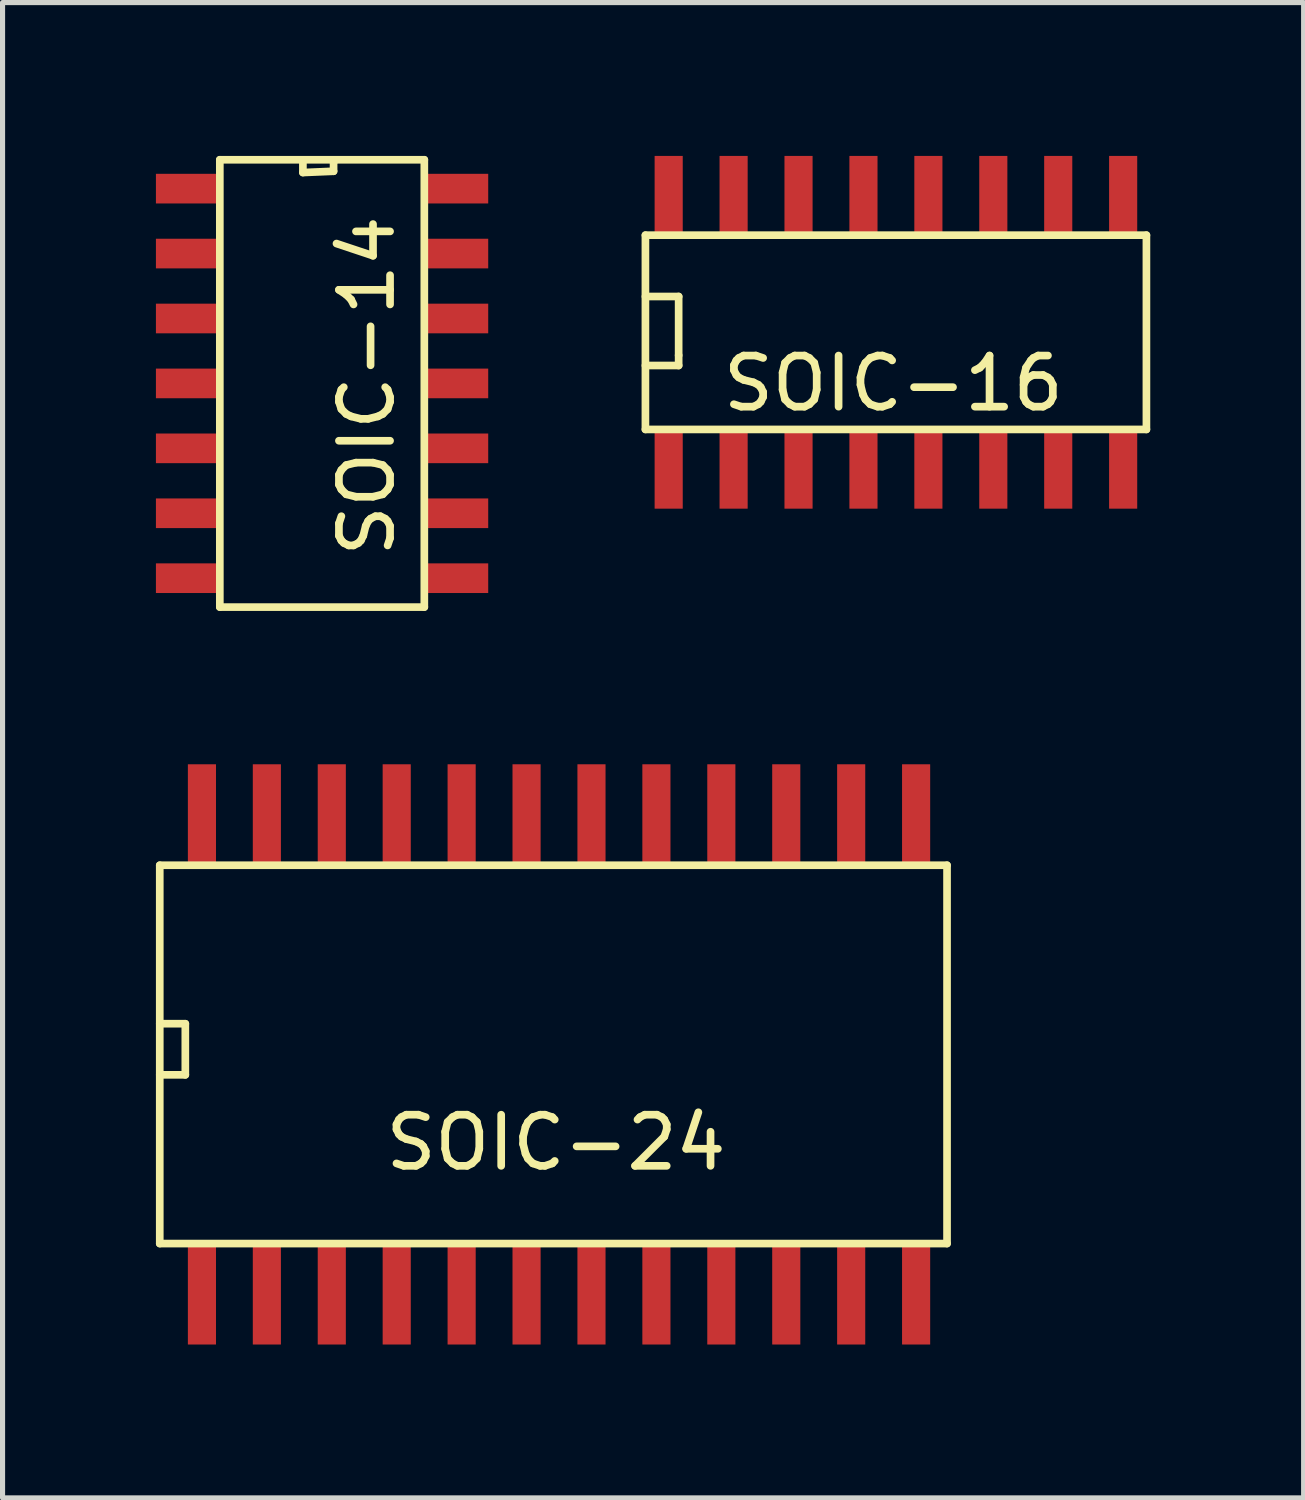
<source format=kicad_pcb>
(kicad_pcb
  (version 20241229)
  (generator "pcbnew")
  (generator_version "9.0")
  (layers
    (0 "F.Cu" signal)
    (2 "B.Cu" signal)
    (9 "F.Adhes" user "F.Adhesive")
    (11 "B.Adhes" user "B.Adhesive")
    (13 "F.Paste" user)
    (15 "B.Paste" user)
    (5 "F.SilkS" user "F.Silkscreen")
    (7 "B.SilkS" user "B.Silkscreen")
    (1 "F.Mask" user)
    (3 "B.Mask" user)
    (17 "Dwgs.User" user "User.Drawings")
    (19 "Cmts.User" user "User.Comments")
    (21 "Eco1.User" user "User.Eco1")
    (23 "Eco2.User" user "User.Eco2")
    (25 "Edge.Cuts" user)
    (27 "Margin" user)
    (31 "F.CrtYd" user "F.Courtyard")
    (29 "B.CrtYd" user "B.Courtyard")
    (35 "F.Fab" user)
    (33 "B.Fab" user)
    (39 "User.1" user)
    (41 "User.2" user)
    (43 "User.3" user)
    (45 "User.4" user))
  (footprint "SOIC-24"
    (layer "F.Cu")
    (at 7.775 17.575)
    (property "Reference" "SOIC-24" (at 0.05 1.725 0) (layer "F.SilkS") (effects (font (size 1 1) (thickness 0.15))))
    (attr through_hole)
    (fp_line (start -7.7 -3.7) (end 7.7 -3.7) (stroke (width 0.15) (type solid)) (layer "F.SilkS"))
    (fp_line (start -7.7 -0.6) (end -7.2 -0.6) (stroke (width 0.15) (type solid)) (layer "F.SilkS"))
    (fp_line (start -7.7 3.7) (end -7.7 -3.7) (stroke (width 0.15) (type solid)) (layer "F.SilkS"))
    (fp_line (start -7.2 -0.6) (end -7.2 0.4) (stroke (width 0.15) (type solid)) (layer "F.SilkS"))
    (fp_line (start -7.2 0.4) (end -7.7 0.4) (stroke (width 0.15) (type solid)) (layer "F.SilkS"))
    (fp_line (start 7.7 -3.7) (end 7.7 3.7) (stroke (width 0.15) (type solid)) (layer "F.SilkS"))
    (fp_line (start 7.7 3.7) (end -7.7 3.7) (stroke (width 0.15) (type solid)) (layer "F.SilkS"))
    (pad "1" smd rect (at -6.875 4.7) (size 0.55 1.95) (layers "F.Cu" "F.Mask" "F.Paste"))
    (pad "2" smd rect (at -5.605 4.7) (size 0.55 1.95) (layers "F.Cu" "F.Mask" "F.Paste"))
    (pad "3" smd rect (at -4.335 4.7) (size 0.55 1.95) (layers "F.Cu" "F.Mask" "F.Paste"))
    (pad "4" smd rect (at -3.065 4.7) (size 0.55 1.95) (layers "F.Cu" "F.Mask" "F.Paste"))
    (pad "5" smd rect (at -1.795 4.7) (size 0.55 1.95) (layers "F.Cu" "F.Mask" "F.Paste"))
    (pad "6" smd rect (at -0.525 4.7) (size 0.55 1.95) (layers "F.Cu" "F.Mask" "F.Paste"))
    (pad "7" smd rect (at 0.745 4.7) (size 0.55 1.95) (layers "F.Cu" "F.Mask" "F.Paste"))
    (pad "8" smd rect (at 2.015 4.7) (size 0.55 1.95) (layers "F.Cu" "F.Mask" "F.Paste"))
    (pad "9" smd rect (at 3.285 4.7) (size 0.55 1.95) (layers "F.Cu" "F.Mask" "F.Paste"))
    (pad "10" smd rect (at 4.555 4.7) (size 0.55 1.95) (layers "F.Cu" "F.Mask" "F.Paste"))
    (pad "11" smd rect (at 5.825 4.7) (size 0.55 1.95) (layers "F.Cu" "F.Mask" "F.Paste"))
    (pad "12" smd rect (at 7.095 4.7) (size 0.55 1.95) (layers "F.Cu" "F.Mask" "F.Paste"))
    (pad "13" smd rect (at 7.095 -4.7) (size 0.55 1.95) (layers "F.Cu" "F.Mask" "F.Paste"))
    (pad "14" smd rect (at 5.825 -4.7) (size 0.55 1.95) (layers "F.Cu" "F.Mask" "F.Paste"))
    (pad "15" smd rect (at 4.555 -4.7) (size 0.55 1.95) (layers "F.Cu" "F.Mask" "F.Paste"))
    (pad "16" smd rect (at 3.285 -4.7) (size 0.55 1.95) (layers "F.Cu" "F.Mask" "F.Paste"))
    (pad "17" smd rect (at 2.015 -4.7) (size 0.55 1.95) (layers "F.Cu" "F.Mask" "F.Paste"))
    (pad "18" smd rect (at 0.745 -4.7) (size 0.55 1.95) (layers "F.Cu" "F.Mask" "F.Paste"))
    (pad "19" smd rect (at -0.525 -4.7) (size 0.55 1.95) (layers "F.Cu" "F.Mask" "F.Paste"))
    (pad "20" smd rect (at -1.795 -4.7) (size 0.55 1.95) (layers "F.Cu" "F.Mask" "F.Paste"))
    (pad "21" smd rect (at -3.065 -4.7) (size 0.55 1.95) (layers "F.Cu" "F.Mask" "F.Paste"))
    (pad "22" smd rect (at -4.335 -4.7) (size 0.55 1.95) (layers "F.Cu" "F.Mask" "F.Paste"))
    (pad "23" smd rect (at -5.605 -4.7) (size 0.55 1.95) (layers "F.Cu" "F.Mask" "F.Paste"))
    (pad "24" smd rect (at -6.875 -4.7) (size 0.55 1.95) (layers "F.Cu" "F.Mask" "F.Paste")))
  (footprint "SOIC-14"
    (layer "F.Cu")
    (at 3.25 4.45)
    (property "Reference" "SOIC-14" (at 0.875 0.05 90) (layer "F.SilkS") (effects (font (size 1 1) (thickness 0.15))))
    (attr through_hole)
    (fp_line (start -2 -4.375) (end 2 -4.375) (stroke (width 0.15) (type solid)) (layer "F.SilkS"))
    (fp_line (start -2 4.375) (end -2 -4.375) (stroke (width 0.15) (type solid)) (layer "F.SilkS"))
    (fp_line (start -0.375 -4.35) (end -0.375 -4.125) (stroke (width 0.15) (type solid)) (layer "F.SilkS"))
    (fp_line (start -0.375 -4.125) (end 0.225 -4.15) (stroke (width 0.15) (type solid)) (layer "F.SilkS"))
    (fp_line (start 0.225 -4.35) (end 0.225 -4.325) (stroke (width 0.15) (type solid)) (layer "F.SilkS"))
    (fp_line (start 0.225 -4.15) (end 0.225 -4.35) (stroke (width 0.15) (type solid)) (layer "F.SilkS"))
    (fp_line (start 2 -4.375) (end 2 4.375) (stroke (width 0.15) (type solid)) (layer "F.SilkS"))
    (fp_line (start 2 4.375) (end -2 4.375) (stroke (width 0.15) (type solid)) (layer "F.SilkS"))
    (pad "1" smd rect (at -2.66 -3.81) (size 1.18 0.58) (layers "F.Cu" "F.Mask" "F.Paste"))
    (pad "2" smd rect (at -2.66 -2.54) (size 1.18 0.58) (layers "F.Cu" "F.Mask" "F.Paste"))
    (pad "3" smd rect (at -2.66 -1.27) (size 1.18 0.58) (layers "F.Cu" "F.Mask" "F.Paste"))
    (pad "4" smd rect (at -2.66 0) (size 1.18 0.58) (layers "F.Cu" "F.Mask" "F.Paste"))
    (pad "5" smd rect (at -2.66 1.27) (size 1.18 0.58) (layers "F.Cu" "F.Mask" "F.Paste"))
    (pad "6" smd rect (at -2.66 2.54) (size 1.18 0.58) (layers "F.Cu" "F.Mask" "F.Paste"))
    (pad "7" smd rect (at -2.66 3.81) (size 1.18 0.58) (layers "F.Cu" "F.Mask" "F.Paste"))
    (pad "8" smd rect (at 2.66 3.81) (size 1.18 0.58) (layers "F.Cu" "F.Mask" "F.Paste"))
    (pad "9" smd rect (at 2.66 2.54) (size 1.18 0.58) (layers "F.Cu" "F.Mask" "F.Paste"))
    (pad "10" smd rect (at 2.66 1.27) (size 1.18 0.58) (layers "F.Cu" "F.Mask" "F.Paste"))
    (pad "11" smd rect (at 2.66 0) (size 1.18 0.58) (layers "F.Cu" "F.Mask" "F.Paste"))
    (pad "12" smd rect (at 2.66 -1.27) (size 1.18 0.58) (layers "F.Cu" "F.Mask" "F.Paste"))
    (pad "13" smd rect (at 2.66 -2.54) (size 1.18 0.58) (layers "F.Cu" "F.Mask" "F.Paste"))
    (pad "14" smd rect (at 2.66 -3.81) (size 1.18 0.58) (layers "F.Cu" "F.Mask" "F.Paste")))
  (footprint "SOIC-16"
    (layer "F.Cu")
    (at 14.475 3.45)
    (property "Reference" "SOIC-16" (at -0.05 1 0) (layer "F.SilkS") (effects (font (size 1 1) (thickness 0.15))))
    (attr through_hole)
    (fp_line (start -4.9 -1.9) (end 4.9 -1.9) (stroke (width 0.15) (type solid)) (layer "F.SilkS"))
    (fp_line (start -4.9 -0.7) (end -4.25 -0.7) (stroke (width 0.15) (type solid)) (layer "F.SilkS"))
    (fp_line (start -4.9 1.9) (end -4.9 -1.9) (stroke (width 0.15) (type solid)) (layer "F.SilkS"))
    (fp_line (start -4.25 -0.7) (end -4.25 0.45) (stroke (width 0.15) (type solid)) (layer "F.SilkS"))
    (fp_line (start -4.25 0.45) (end -4.25 0.65) (stroke (width 0.15) (type solid)) (layer "F.SilkS"))
    (fp_line (start -4.25 0.65) (end -4.9 0.65) (stroke (width 0.15) (type solid)) (layer "F.SilkS"))
    (fp_line (start 4.9 -1.9) (end 4.9 1.9) (stroke (width 0.15) (type solid)) (layer "F.SilkS"))
    (fp_line (start 4.9 1.9) (end -4.9 1.9) (stroke (width 0.15) (type solid)) (layer "F.SilkS"))
    (pad "1" smd rect (at -4.445 2.7) (size 0.55 1.5) (layers "F.Cu" "F.Mask" "F.Paste"))
    (pad "2" smd rect (at -3.175 2.7) (size 0.55 1.5) (layers "F.Cu" "F.Mask" "F.Paste"))
    (pad "3" smd rect (at -1.905 2.7) (size 0.55 1.5) (layers "F.Cu" "F.Mask" "F.Paste"))
    (pad "4" smd rect (at -0.635 2.7) (size 0.55 1.5) (layers "F.Cu" "F.Mask" "F.Paste"))
    (pad "5" smd rect (at 0.635 2.7) (size 0.55 1.5) (layers "F.Cu" "F.Mask" "F.Paste"))
    (pad "6" smd rect (at 1.905 2.7) (size 0.55 1.5) (layers "F.Cu" "F.Mask" "F.Paste"))
    (pad "7" smd rect (at 3.175 2.7) (size 0.55 1.5) (layers "F.Cu" "F.Mask" "F.Paste"))
    (pad "8" smd rect (at 4.445 2.7) (size 0.55 1.5) (layers "F.Cu" "F.Mask" "F.Paste"))
    (pad "9" smd rect (at 4.445 -2.7) (size 0.55 1.5) (layers "F.Cu" "F.Mask" "F.Paste"))
    (pad "10" smd rect (at 3.175 -2.7) (size 0.55 1.5) (layers "F.Cu" "F.Mask" "F.Paste"))
    (pad "11" smd rect (at 1.905 -2.7) (size 0.55 1.5) (layers "F.Cu" "F.Mask" "F.Paste"))
    (pad "12" smd rect (at 0.635 -2.7) (size 0.55 1.5) (layers "F.Cu" "F.Mask" "F.Paste"))
    (pad "13" smd rect (at -0.635 -2.7) (size 0.55 1.5) (layers "F.Cu" "F.Mask" "F.Paste"))
    (pad "14" smd rect (at -1.905 -2.7) (size 0.55 1.5) (layers "F.Cu" "F.Mask" "F.Paste"))
    (pad "15" smd rect (at -3.175 -2.7) (size 0.55 1.5) (layers "F.Cu" "F.Mask" "F.Paste"))
    (pad "16" smd rect (at -4.445 -2.7) (size 0.55 1.5) (layers "F.Cu" "F.Mask" "F.Paste")))
  (gr_rect
    (start -3 -3)
    (end 22.45 26.25)
    (stroke (width 0.1) (type default))
    (fill no)
    (layer "Edge.Cuts")))
</source>
